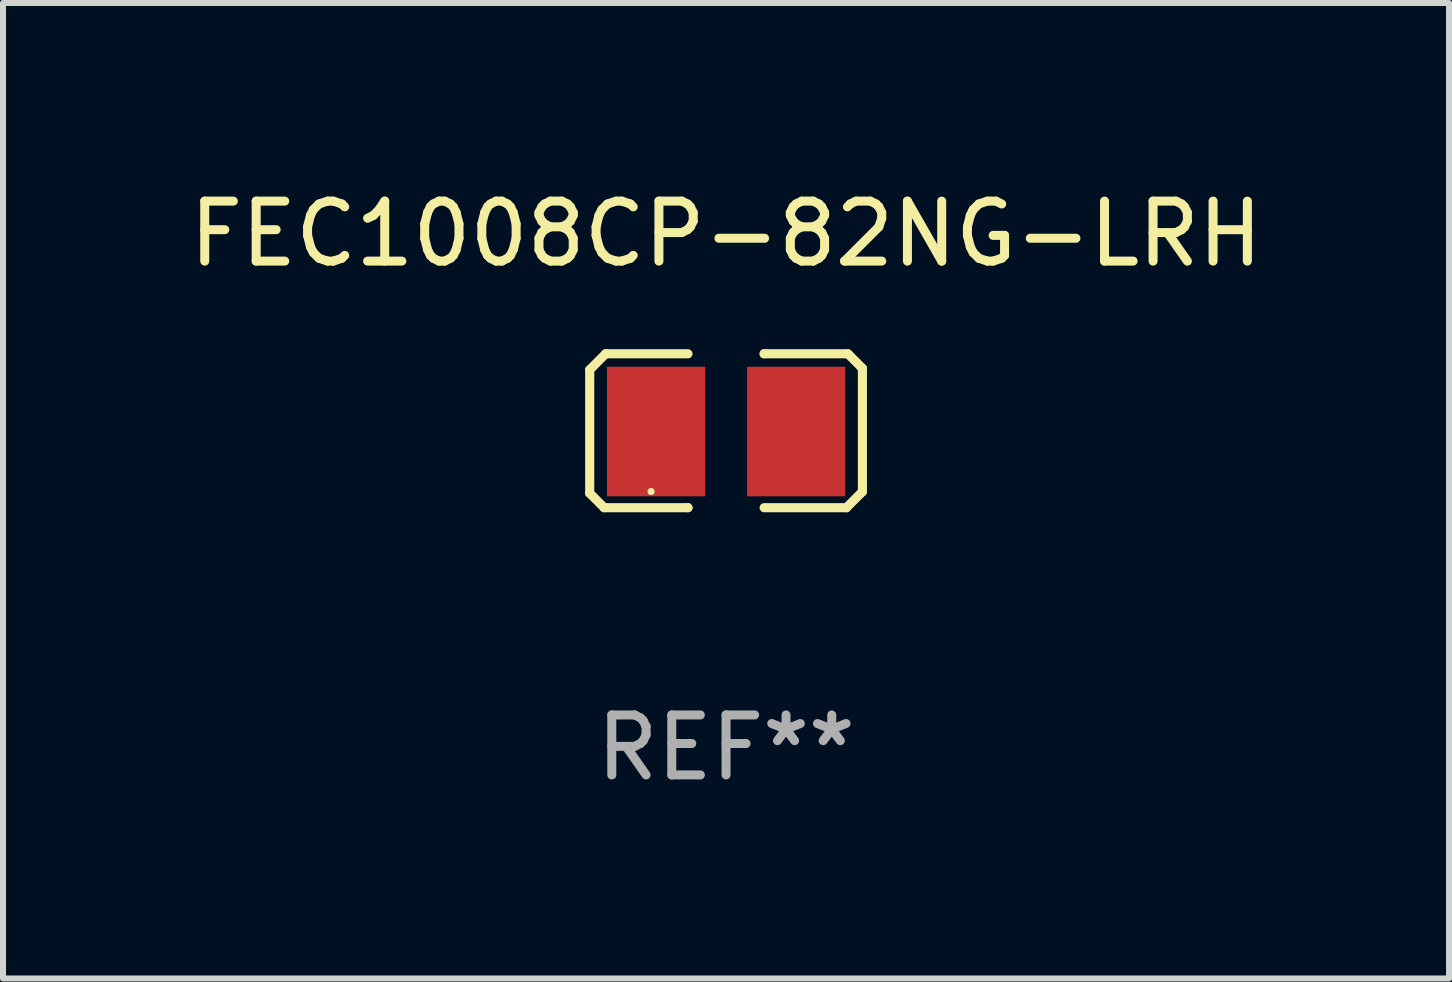
<source format=kicad_pcb>
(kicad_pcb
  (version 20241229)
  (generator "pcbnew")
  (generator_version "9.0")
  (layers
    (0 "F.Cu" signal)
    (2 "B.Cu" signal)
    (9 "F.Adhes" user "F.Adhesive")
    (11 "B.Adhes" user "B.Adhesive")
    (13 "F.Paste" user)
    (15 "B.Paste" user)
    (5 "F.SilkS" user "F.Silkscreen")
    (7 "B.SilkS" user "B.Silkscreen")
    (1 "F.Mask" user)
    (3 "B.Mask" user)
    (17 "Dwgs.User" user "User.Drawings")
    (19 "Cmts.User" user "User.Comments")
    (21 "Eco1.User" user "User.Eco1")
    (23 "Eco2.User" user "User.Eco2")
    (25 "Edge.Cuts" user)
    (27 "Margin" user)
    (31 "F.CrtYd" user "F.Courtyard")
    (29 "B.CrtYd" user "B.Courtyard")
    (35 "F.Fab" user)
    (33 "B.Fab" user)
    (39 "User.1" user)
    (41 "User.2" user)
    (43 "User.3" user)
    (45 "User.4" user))
  (footprint "FEC1008CP-82NG-LRH"
    (layer "F.Cu")
    (at 9.054 4.131)
    (property "Reference" "FEC1008CP-82NG-LRH" (at 0 -3.283 0) (layer "F.SilkS") (effects (font (size 1 1) (thickness 0.15))))
    (attr through_hole)
    (fp_line (start -2.273 -1.016) (end -2.007 -1.283) (stroke (width 0.152) (type solid)) (layer "F.SilkS"))
    (fp_line (start -2.273 1.041) (end -2.273 -1.016) (stroke (width 0.152) (type solid)) (layer "F.SilkS"))
    (fp_line (start -2.032 1.283) (end -2.273 1.041) (stroke (width 0.152) (type solid)) (layer "F.SilkS"))
    (fp_line (start -2.007 -1.283) (end -0.635 -1.283) (stroke (width 0.152) (type solid)) (layer "F.SilkS"))
    (fp_line (start -0.635 1.283) (end -2.032 1.283) (stroke (width 0.152) (type solid)) (layer "F.SilkS"))
    (fp_line (start -0.635 1.283) (end -0.635 1.283) (stroke (width 0.152) (type solid)) (layer "F.SilkS"))
    (fp_line (start 0.635 -1.283) (end 0.635 -1.283) (stroke (width 0.152) (type solid)) (layer "F.SilkS"))
    (fp_line (start 0.635 -1.283) (end 2.032 -1.283) (stroke (width 0.152) (type solid)) (layer "F.SilkS"))
    (fp_line (start 2.007 1.283) (end 0.635 1.283) (stroke (width 0.152) (type solid)) (layer "F.SilkS"))
    (fp_line (start 2.032 -1.283) (end 2.273 -1.041) (stroke (width 0.152) (type solid)) (layer "F.SilkS"))
    (fp_line (start 2.273 -1.041) (end 2.273 1.016) (stroke (width 0.152) (type solid)) (layer "F.SilkS"))
    (fp_line (start 2.273 1.016) (end 2.007 1.283) (stroke (width 0.152) (type solid)) (layer "F.SilkS"))
    (fp_circle (center -1.25 1.013) (end -1.22 1.013) (stroke (width 0.06) (type solid)) (fill no) (layer "F.SilkS"))
    (fp_text user "REF**" (at 0 5.283 0) (layer "F.Fab") (effects (font (size 1 1) (thickness 0.15))))
    (pad "1" smd rect (at -1.167 0.013) (size 1.635 2.16) (layers "F.Cu" "F.Mask" "F.Paste"))
    (pad "2" smd rect (at 1.168 0.013) (size 1.635 2.16) (layers "F.Cu" "F.Mask" "F.Paste")))
  (gr_rect
    (start -3 -3)
    (end 21.107 13.262)
    (stroke (width 0.1) (type default))
    (fill no)
    (layer "Edge.Cuts")))
</source>
